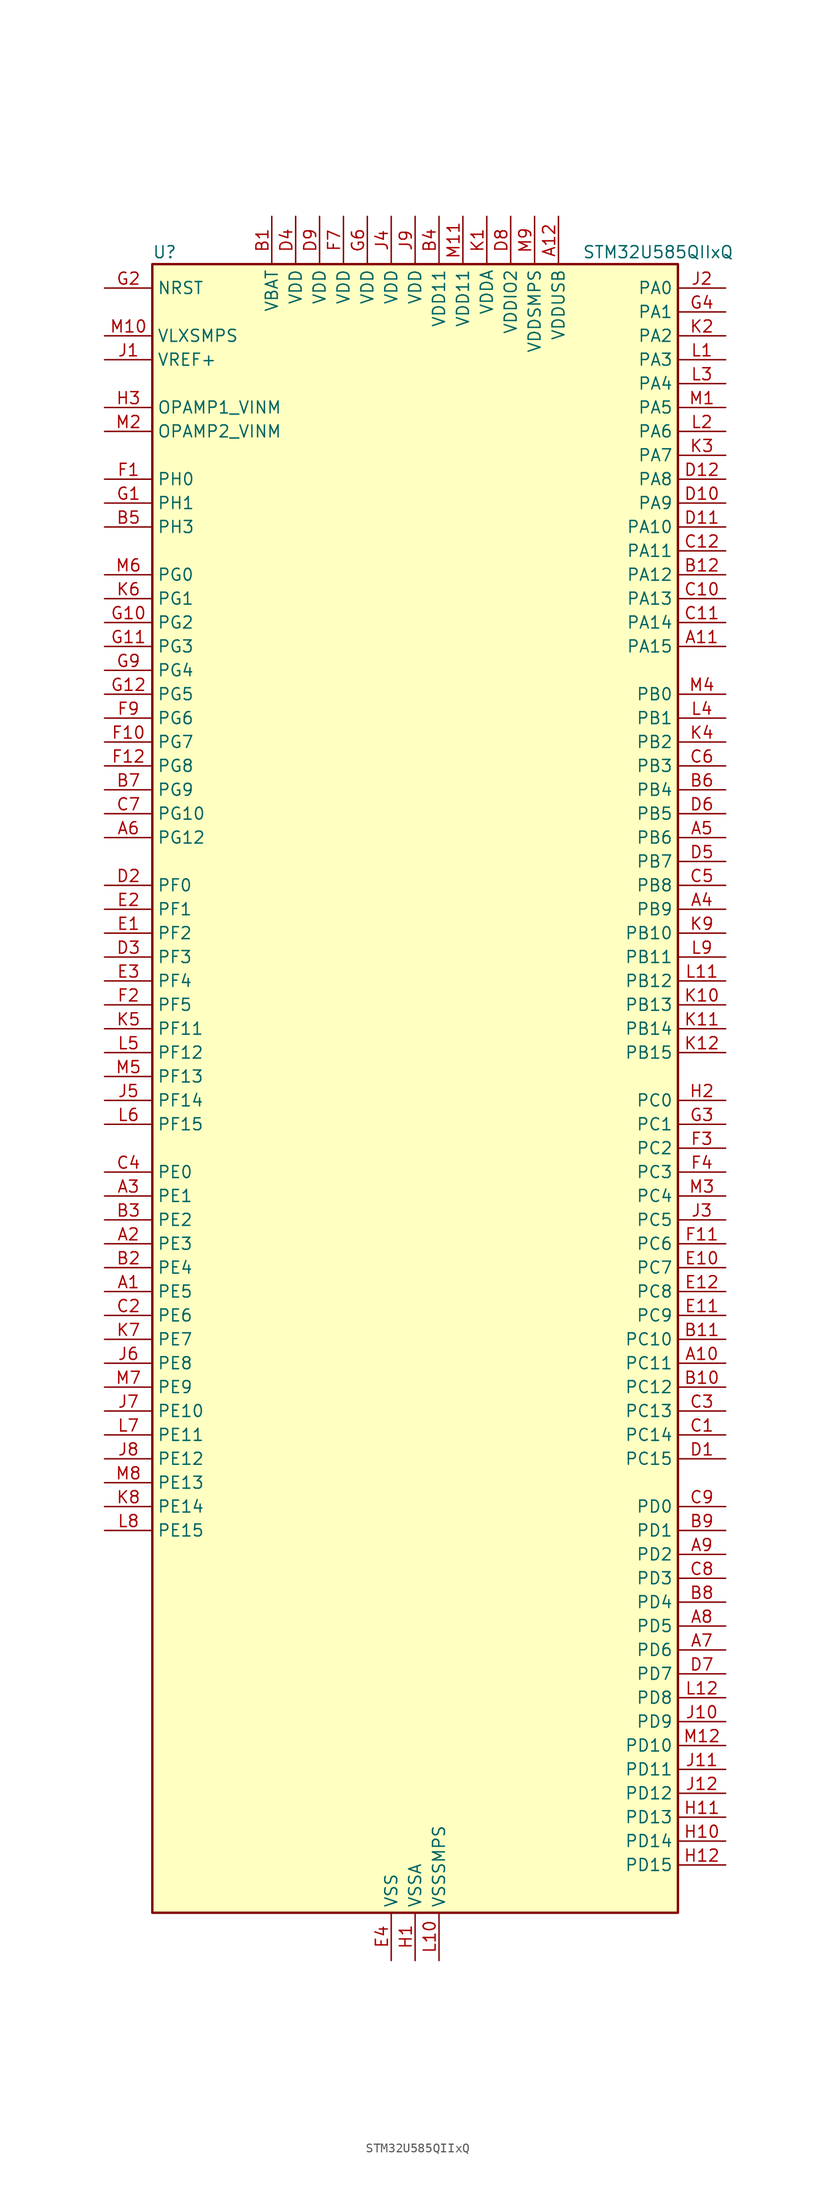
<source format=kicad_sym>
(kicad_symbol_lib
  (version 20220914)
  (generator kicad_symbol_editor)
  (symbol "STM32U585QIIxQ"
    (property "Reference" "U"
      (at -27.94 90.17 0)
      (effects (font (size 1.27 1.27)) (justify left)))
    (property "Value" "STM32U585QIIxQ"
      (at 17.78 90.17 0)
      (effects (font (size 1.27 1.27)) (justify left)))
    (property "ki_locked" ""
      (at 0 0 0)
      (effects (font (size 1.27 1.27))))
    (symbol "STM32U585QIIxQ_0_1"
      (rectangle (start -27.94 -86.36) (end 27.94 88.9) (stroke (width 0.254) (type default)) (fill (type background))))
    (symbol "STM32U585QIIxQ_1_1"
      (pin bidirectional line (at -33.02 -20.32 0) (length 5.08) (name "PE5" (effects (font (size 1.27 1.27)))) (number "A1" (effects (font (size 1.27 1.27)))) (alternate "DCMI_D6" bidirectional line) (alternate "DEBUG_TRACED2" bidirectional line) (alternate "FMC_A21" bidirectional line) (alternate "MDF1_CKI3" bidirectional line) (alternate "PSSI_D6" bidirectional line) (alternate "PWR_WKUP2" bidirectional line) (alternate "SAI1_CK2" bidirectional line) (alternate "SAI1_SCK_A" bidirectional line) (alternate "TAMP_IN8" bidirectional line) (alternate "TAMP_OUT7" bidirectional line) (alternate "TIM3_CH3" bidirectional line) (alternate "TSC_G7_IO4" bidirectional line))
      (pin bidirectional line (at 33.02 -27.94 180) (length 5.08) (name "PC11" (effects (font (size 1.27 1.27)))) (number "A10" (effects (font (size 1.27 1.27)))) (alternate "ADC1_EXTI11" bidirectional line) (alternate "ADF1_SDI0" bidirectional line) (alternate "DCMI_D2" bidirectional line) (alternate "DCMI_D4" bidirectional line) (alternate "LPTIM3_IN1" bidirectional line) (alternate "OCTOSPIM_P1_NCS" bidirectional line) (alternate "PSSI_D2" bidirectional line) (alternate "PSSI_D4" bidirectional line) (alternate "SAI2_MCLK_B" bidirectional line) (alternate "SDMMC1_D3" bidirectional line) (alternate "SPI3_MISO" bidirectional line) (alternate "TSC_G3_IO3" bidirectional line) (alternate "UART4_RX" bidirectional line) (alternate "UCPD1_FRSTX2" bidirectional line) (alternate "USART3_RX" bidirectional line))
      (pin bidirectional line (at 33.02 48.26 180) (length 5.08) (name "PA15" (effects (font (size 1.27 1.27)))) (number "A11" (effects (font (size 1.27 1.27)))) (alternate "ADC1_EXTI15" bidirectional line) (alternate "ADC4_EXTI15" bidirectional line) (alternate "DEBUG_JTDI" bidirectional line) (alternate "SAI2_FS_B" bidirectional line) (alternate "SPI1_NSS" bidirectional line) (alternate "SPI3_NSS" bidirectional line) (alternate "TIM2_CH1" bidirectional line) (alternate "TIM2_ETR" bidirectional line) (alternate "UART4_DE" bidirectional line) (alternate "UART4_RTS" bidirectional line) (alternate "UCPD1_CC1" bidirectional line) (alternate "USART2_RX" bidirectional line) (alternate "USART3_DE" bidirectional line) (alternate "USART3_RTS" bidirectional line))
      (pin power_in line (at 15.24 93.98 270) (length 5.08) (name "VDDUSB" (effects (font (size 1.27 1.27)))) (number "A12" (effects (font (size 1.27 1.27)))))
      (pin bidirectional line (at -33.02 -15.24 0) (length 5.08) (name "PE3" (effects (font (size 1.27 1.27)))) (number "A2" (effects (font (size 1.27 1.27)))) (alternate "DEBUG_TRACED0" bidirectional line) (alternate "FMC_A19" bidirectional line) (alternate "OCTOSPIM_P1_DQS" bidirectional line) (alternate "SAI1_SD_B" bidirectional line) (alternate "TAMP_IN6" bidirectional line) (alternate "TAMP_OUT3" bidirectional line) (alternate "TIM3_CH1" bidirectional line) (alternate "TSC_G7_IO2" bidirectional line))
      (pin bidirectional line (at -33.02 -10.16 0) (length 5.08) (name "PE1" (effects (font (size 1.27 1.27)))) (number "A3" (effects (font (size 1.27 1.27)))) (alternate "DCMI_D3" bidirectional line) (alternate "FMC_NBL1" bidirectional line) (alternate "PSSI_D3" bidirectional line) (alternate "TIM17_CH1" bidirectional line))
      (pin bidirectional line (at 33.02 20.32 180) (length 5.08) (name "PB9" (effects (font (size 1.27 1.27)))) (number "A4" (effects (font (size 1.27 1.27)))) (alternate "DAC1_EXTI9" bidirectional line) (alternate "DCMI_D7" bidirectional line) (alternate "FDCAN1_TX" bidirectional line) (alternate "I2C1_SDA" bidirectional line) (alternate "IR_OUT" bidirectional line) (alternate "PSSI_D7" bidirectional line) (alternate "SAI1_D2" bidirectional line) (alternate "SAI1_FS_A" bidirectional line) (alternate "SDMMC1_CDIR" bidirectional line) (alternate "SDMMC1_D5" bidirectional line) (alternate "SDMMC2_D5" bidirectional line) (alternate "SPI2_NSS" bidirectional line) (alternate "TIM17_CH1" bidirectional line) (alternate "TIM4_CH4" bidirectional line))
      (pin bidirectional line (at 33.02 27.94 180) (length 5.08) (name "PB6" (effects (font (size 1.27 1.27)))) (number "A5" (effects (font (size 1.27 1.27)))) (alternate "COMP2_INP" bidirectional line) (alternate "DCMI_D5" bidirectional line) (alternate "I2C1_SCL" bidirectional line) (alternate "I2C4_SCL" bidirectional line) (alternate "LPTIM1_ETR" bidirectional line) (alternate "MDF1_SDI5" bidirectional line) (alternate "PSSI_D5" bidirectional line) (alternate "PWR_WKUP3" bidirectional line) (alternate "SAI1_FS_B" bidirectional line) (alternate "TIM16_CH1N" bidirectional line) (alternate "TIM4_CH1" bidirectional line) (alternate "TIM8_BKIN2" bidirectional line) (alternate "TSC_G2_IO3" bidirectional line) (alternate "USART1_TX" bidirectional line))
      (pin bidirectional line (at -33.02 27.94 0) (length 5.08) (name "PG12" (effects (font (size 1.27 1.27)))) (number "A6" (effects (font (size 1.27 1.27)))) (alternate "FMC_NE4" bidirectional line) (alternate "LPTIM1_ETR" bidirectional line) (alternate "OCTOSPIM_P2_NCS" bidirectional line) (alternate "SAI2_SD_A" bidirectional line) (alternate "SPI3_NSS" bidirectional line) (alternate "USART1_DE" bidirectional line) (alternate "USART1_RTS" bidirectional line))
      (pin bidirectional line (at 33.02 -58.42 180) (length 5.08) (name "PD6" (effects (font (size 1.27 1.27)))) (number "A7" (effects (font (size 1.27 1.27)))) (alternate "DCMI_D10" bidirectional line) (alternate "FMC_NWAIT" bidirectional line) (alternate "MDF1_SDI1" bidirectional line) (alternate "OCTOSPIM_P1_IO6" bidirectional line) (alternate "PSSI_D10" bidirectional line) (alternate "SAI1_D1" bidirectional line) (alternate "SAI1_SD_A" bidirectional line) (alternate "SDMMC2_CK" bidirectional line) (alternate "SPI3_MOSI" bidirectional line) (alternate "USART2_RX" bidirectional line))
      (pin bidirectional line (at 33.02 -55.88 180) (length 5.08) (name "PD5" (effects (font (size 1.27 1.27)))) (number "A8" (effects (font (size 1.27 1.27)))) (alternate "FMC_NWE" bidirectional line) (alternate "OCTOSPIM_P1_IO5" bidirectional line) (alternate "SPI2_RDY" bidirectional line) (alternate "USART2_TX" bidirectional line))
      (pin bidirectional line (at 33.02 -48.26 180) (length 5.08) (name "PD2" (effects (font (size 1.27 1.27)))) (number "A9" (effects (font (size 1.27 1.27)))) (alternate "DCMI_D11" bidirectional line) (alternate "DEBUG_TRACED2" bidirectional line) (alternate "LPTIM4_ETR" bidirectional line) (alternate "PSSI_D11" bidirectional line) (alternate "SDMMC1_CMD" bidirectional line) (alternate "TIM3_ETR" bidirectional line) (alternate "TSC_SYNC" bidirectional line) (alternate "UART5_RX" bidirectional line) (alternate "USART3_DE" bidirectional line) (alternate "USART3_RTS" bidirectional line))
      (pin power_in line (at -15.24 93.98 270) (length 5.08) (name "VBAT" (effects (font (size 1.27 1.27)))) (number "B1" (effects (font (size 1.27 1.27)))))
      (pin bidirectional line (at 33.02 -30.48 180) (length 5.08) (name "PC12" (effects (font (size 1.27 1.27)))) (number "B10" (effects (font (size 1.27 1.27)))) (alternate "DCMI_D9" bidirectional line) (alternate "DEBUG_TRACED3" bidirectional line) (alternate "PSSI_D9" bidirectional line) (alternate "SAI2_SD_B" bidirectional line) (alternate "SDMMC1_CK" bidirectional line) (alternate "SPI3_MOSI" bidirectional line) (alternate "TSC_G3_IO4" bidirectional line) (alternate "UART5_TX" bidirectional line) (alternate "USART3_CK" bidirectional line))
      (pin bidirectional line (at 33.02 -25.4 180) (length 5.08) (name "PC10" (effects (font (size 1.27 1.27)))) (number "B11" (effects (font (size 1.27 1.27)))) (alternate "ADF1_CCK1" bidirectional line) (alternate "DCMI_D8" bidirectional line) (alternate "DEBUG_TRACED1" bidirectional line) (alternate "LPTIM3_ETR" bidirectional line) (alternate "PSSI_D8" bidirectional line) (alternate "SAI2_SCK_B" bidirectional line) (alternate "SDMMC1_D2" bidirectional line) (alternate "SPI3_SCK" bidirectional line) (alternate "TSC_G3_IO2" bidirectional line) (alternate "UART4_TX" bidirectional line) (alternate "USART3_TX" bidirectional line))
      (pin bidirectional line (at 33.02 55.88 180) (length 5.08) (name "PA12" (effects (font (size 1.27 1.27)))) (number "B12" (effects (font (size 1.27 1.27)))) (alternate "FDCAN1_TX" bidirectional line) (alternate "OCTOSPIM_P2_NCS" bidirectional line) (alternate "SPI1_MOSI" bidirectional line) (alternate "TIM1_ETR" bidirectional line) (alternate "USART1_DE" bidirectional line) (alternate "USART1_RTS" bidirectional line) (alternate "USB_OTG_FS_DP" bidirectional line))
      (pin bidirectional line (at -33.02 -17.78 0) (length 5.08) (name "PE4" (effects (font (size 1.27 1.27)))) (number "B2" (effects (font (size 1.27 1.27)))) (alternate "DCMI_D4" bidirectional line) (alternate "DEBUG_TRACED1" bidirectional line) (alternate "FMC_A20" bidirectional line) (alternate "MDF1_SDI3" bidirectional line) (alternate "PSSI_D4" bidirectional line) (alternate "PWR_WKUP1" bidirectional line) (alternate "SAI1_D2" bidirectional line) (alternate "SAI1_FS_A" bidirectional line) (alternate "TAMP_IN7" bidirectional line) (alternate "TAMP_OUT8" bidirectional line) (alternate "TIM3_CH2" bidirectional line) (alternate "TSC_G7_IO3" bidirectional line))
      (pin bidirectional line (at -33.02 -12.7 0) (length 5.08) (name "PE2" (effects (font (size 1.27 1.27)))) (number "B3" (effects (font (size 1.27 1.27)))) (alternate "DEBUG_TRACECLK" bidirectional line) (alternate "FMC_A23" bidirectional line) (alternate "SAI1_CK1" bidirectional line) (alternate "SAI1_MCLK_A" bidirectional line) (alternate "TIM3_ETR" bidirectional line) (alternate "TSC_G7_IO1" bidirectional line))
      (pin power_in line (at 2.54 93.98 270) (length 5.08) (name "VDD11" (effects (font (size 1.27 1.27)))) (number "B4" (effects (font (size 1.27 1.27)))))
      (pin bidirectional line (at -33.02 60.96 0) (length 5.08) (name "PH3" (effects (font (size 1.27 1.27)))) (number "B5" (effects (font (size 1.27 1.27)))))
      (pin bidirectional line (at 33.02 33.02 180) (length 5.08) (name "PB4" (effects (font (size 1.27 1.27)))) (number "B6" (effects (font (size 1.27 1.27)))) (alternate "ADF1_SDI0" bidirectional line) (alternate "COMP2_INP" bidirectional line) (alternate "DCMI_D12" bidirectional line) (alternate "DEBUG_JTRST" bidirectional line) (alternate "I2C3_SDA" bidirectional line) (alternate "LPTIM1_CH2" bidirectional line) (alternate "PSSI_D12" bidirectional line) (alternate "SAI1_MCLK_B" bidirectional line) (alternate "SDMMC2_D3" bidirectional line) (alternate "SPI1_MISO" bidirectional line) (alternate "SPI3_MISO" bidirectional line) (alternate "TIM17_BKIN" bidirectional line) (alternate "TIM3_CH1" bidirectional line) (alternate "TSC_G2_IO1" bidirectional line) (alternate "UART5_DE" bidirectional line) (alternate "UART5_RTS" bidirectional line) (alternate "USART1_CTS" bidirectional line))
      (pin bidirectional line (at -33.02 33.02 0) (length 5.08) (name "PG9" (effects (font (size 1.27 1.27)))) (number "B7" (effects (font (size 1.27 1.27)))) (alternate "DAC1_EXTI9" bidirectional line) (alternate "FMC_NCE" bidirectional line) (alternate "FMC_NE2" bidirectional line) (alternate "OCTOSPIM_P2_IO6" bidirectional line) (alternate "SAI2_SCK_A" bidirectional line) (alternate "SPI3_SCK" bidirectional line) (alternate "TIM15_CH1N" bidirectional line) (alternate "USART1_TX" bidirectional line))
      (pin bidirectional line (at 33.02 -53.34 180) (length 5.08) (name "PD4" (effects (font (size 1.27 1.27)))) (number "B8" (effects (font (size 1.27 1.27)))) (alternate "FMC_NOE" bidirectional line) (alternate "MDF1_CKI0" bidirectional line) (alternate "OCTOSPIM_P1_IO4" bidirectional line) (alternate "SPI2_MOSI" bidirectional line) (alternate "USART2_DE" bidirectional line) (alternate "USART2_RTS" bidirectional line))
      (pin bidirectional line (at 33.02 -45.72 180) (length 5.08) (name "PD1" (effects (font (size 1.27 1.27)))) (number "B9" (effects (font (size 1.27 1.27)))) (alternate "FDCAN1_TX" bidirectional line) (alternate "FMC_D3" bidirectional line) (alternate "FMC_DA3" bidirectional line) (alternate "SPI2_SCK" bidirectional line))
      (pin bidirectional line (at 33.02 -35.56 180) (length 5.08) (name "PC14" (effects (font (size 1.27 1.27)))) (number "C1" (effects (font (size 1.27 1.27)))) (alternate "RCC_OSC32_IN" bidirectional line))
      (pin bidirectional line (at 33.02 53.34 180) (length 5.08) (name "PA13" (effects (font (size 1.27 1.27)))) (number "C10" (effects (font (size 1.27 1.27)))) (alternate "DEBUG_JTMS-SWDIO" bidirectional line) (alternate "IR_OUT" bidirectional line) (alternate "SAI1_SD_B" bidirectional line) (alternate "USB_OTG_FS_NOE" bidirectional line))
      (pin bidirectional line (at 33.02 50.8 180) (length 5.08) (name "PA14" (effects (font (size 1.27 1.27)))) (number "C11" (effects (font (size 1.27 1.27)))) (alternate "DEBUG_JTCK-SWCLK" bidirectional line) (alternate "I2C1_SMBA" bidirectional line) (alternate "I2C4_SMBA" bidirectional line) (alternate "LPTIM1_CH1" bidirectional line) (alternate "SAI1_FS_B" bidirectional line) (alternate "USB_OTG_FS_SOF" bidirectional line))
      (pin bidirectional line (at 33.02 58.42 180) (length 5.08) (name "PA11" (effects (font (size 1.27 1.27)))) (number "C12" (effects (font (size 1.27 1.27)))) (alternate "ADC1_EXTI11" bidirectional line) (alternate "FDCAN1_RX" bidirectional line) (alternate "SPI1_MISO" bidirectional line) (alternate "TIM1_BKIN2" bidirectional line) (alternate "TIM1_CH4" bidirectional line) (alternate "USART1_CTS" bidirectional line) (alternate "USB_OTG_FS_DM" bidirectional line))
      (pin bidirectional line (at -33.02 -22.86 0) (length 5.08) (name "PE6" (effects (font (size 1.27 1.27)))) (number "C2" (effects (font (size 1.27 1.27)))) (alternate "DCMI_D7" bidirectional line) (alternate "DEBUG_TRACED3" bidirectional line) (alternate "FMC_A22" bidirectional line) (alternate "PSSI_D7" bidirectional line) (alternate "PWR_WKUP3" bidirectional line) (alternate "SAI1_D1" bidirectional line) (alternate "SAI1_SD_A" bidirectional line) (alternate "TAMP_IN3" bidirectional line) (alternate "TAMP_OUT6" bidirectional line) (alternate "TIM3_CH4" bidirectional line))
      (pin bidirectional line (at 33.02 -33.02 180) (length 5.08) (name "PC13" (effects (font (size 1.27 1.27)))) (number "C3" (effects (font (size 1.27 1.27)))) (alternate "PWR_WKUP2" bidirectional line) (alternate "RTC_OUT1" bidirectional line) (alternate "RTC_TS" bidirectional line) (alternate "TAMP_IN1" bidirectional line) (alternate "TAMP_OUT2" bidirectional line))
      (pin bidirectional line (at -33.02 -7.62 0) (length 5.08) (name "PE0" (effects (font (size 1.27 1.27)))) (number "C4" (effects (font (size 1.27 1.27)))) (alternate "DCMI_D2" bidirectional line) (alternate "FMC_NBL0" bidirectional line) (alternate "PSSI_D2" bidirectional line) (alternate "TIM16_CH1" bidirectional line) (alternate "TIM4_ETR" bidirectional line))
      (pin bidirectional line (at 33.02 22.86 180) (length 5.08) (name "PB8" (effects (font (size 1.27 1.27)))) (number "C5" (effects (font (size 1.27 1.27)))) (alternate "DCMI_D6" bidirectional line) (alternate "FDCAN1_RX" bidirectional line) (alternate "I2C1_SCL" bidirectional line) (alternate "MDF1_CCK0" bidirectional line) (alternate "PSSI_D6" bidirectional line) (alternate "PWR_WKUP5" bidirectional line) (alternate "SAI1_CK1" bidirectional line) (alternate "SAI1_MCLK_A" bidirectional line) (alternate "SDMMC1_CKIN" bidirectional line) (alternate "SDMMC1_D4" bidirectional line) (alternate "SDMMC2_D4" bidirectional line) (alternate "SPI3_RDY" bidirectional line) (alternate "TIM16_CH1" bidirectional line) (alternate "TIM4_CH3" bidirectional line))
      (pin bidirectional line (at 33.02 35.56 180) (length 5.08) (name "PB3" (effects (font (size 1.27 1.27)))) (number "C6" (effects (font (size 1.27 1.27)))) (alternate "ADF1_CCK0" bidirectional line) (alternate "COMP2_INM" bidirectional line) (alternate "CRS_SYNC" bidirectional line) (alternate "DEBUG_JTDO-SWO" bidirectional line) (alternate "I2C1_SDA" bidirectional line) (alternate "LPTIM1_CH1" bidirectional line) (alternate "SAI1_SCK_B" bidirectional line) (alternate "SDMMC2_D2" bidirectional line) (alternate "SPI1_SCK" bidirectional line) (alternate "SPI3_SCK" bidirectional line) (alternate "TIM2_CH2" bidirectional line) (alternate "USART1_DE" bidirectional line) (alternate "USART1_RTS" bidirectional line))
      (pin bidirectional line (at -33.02 30.48 0) (length 5.08) (name "PG10" (effects (font (size 1.27 1.27)))) (number "C7" (effects (font (size 1.27 1.27)))) (alternate "FMC_NE3" bidirectional line) (alternate "LPTIM1_IN1" bidirectional line) (alternate "OCTOSPIM_P2_IO7" bidirectional line) (alternate "SAI2_FS_A" bidirectional line) (alternate "SPI3_MISO" bidirectional line) (alternate "TIM15_CH1" bidirectional line) (alternate "USART1_RX" bidirectional line))
      (pin bidirectional line (at 33.02 -50.8 180) (length 5.08) (name "PD3" (effects (font (size 1.27 1.27)))) (number "C8" (effects (font (size 1.27 1.27)))) (alternate "DCMI_D5" bidirectional line) (alternate "FMC_CLK" bidirectional line) (alternate "MDF1_SDI0" bidirectional line) (alternate "OCTOSPIM_P2_NCS" bidirectional line) (alternate "PSSI_D5" bidirectional line) (alternate "SPI2_MISO" bidirectional line) (alternate "SPI2_SCK" bidirectional line) (alternate "USART2_CTS" bidirectional line))
      (pin bidirectional line (at 33.02 -43.18 180) (length 5.08) (name "PD0" (effects (font (size 1.27 1.27)))) (number "C9" (effects (font (size 1.27 1.27)))) (alternate "FDCAN1_RX" bidirectional line) (alternate "FMC_D2" bidirectional line) (alternate "FMC_DA2" bidirectional line) (alternate "SPI2_NSS" bidirectional line) (alternate "TIM8_CH4N" bidirectional line))
      (pin bidirectional line (at 33.02 -38.1 180) (length 5.08) (name "PC15" (effects (font (size 1.27 1.27)))) (number "D1" (effects (font (size 1.27 1.27)))) (alternate "ADC1_EXTI15" bidirectional line) (alternate "ADC4_EXTI15" bidirectional line) (alternate "RCC_OSC32_OUT" bidirectional line))
      (pin bidirectional line (at 33.02 63.5 180) (length 5.08) (name "PA9" (effects (font (size 1.27 1.27)))) (number "D10" (effects (font (size 1.27 1.27)))) (alternate "DAC1_EXTI9" bidirectional line) (alternate "DCMI_D0" bidirectional line) (alternate "PSSI_D0" bidirectional line) (alternate "SAI1_FS_A" bidirectional line) (alternate "SPI2_SCK" bidirectional line) (alternate "TIM15_BKIN" bidirectional line) (alternate "TIM1_CH2" bidirectional line) (alternate "USART1_TX" bidirectional line) (alternate "USB_OTG_FS_VBUS" bidirectional line))
      (pin bidirectional line (at 33.02 60.96 180) (length 5.08) (name "PA10" (effects (font (size 1.27 1.27)))) (number "D11" (effects (font (size 1.27 1.27)))) (alternate "CRS_SYNC" bidirectional line) (alternate "DCMI_D1" bidirectional line) (alternate "LPTIM2_IN2" bidirectional line) (alternate "PSSI_D1" bidirectional line) (alternate "SAI1_D1" bidirectional line) (alternate "SAI1_SD_A" bidirectional line) (alternate "TIM17_BKIN" bidirectional line) (alternate "TIM1_CH3" bidirectional line) (alternate "USART1_RX" bidirectional line) (alternate "USB_OTG_FS_ID" bidirectional line))
      (pin bidirectional line (at 33.02 66.04 180) (length 5.08) (name "PA8" (effects (font (size 1.27 1.27)))) (number "D12" (effects (font (size 1.27 1.27)))) (alternate "DEBUG_TRACECLK" bidirectional line) (alternate "LPTIM2_CH1" bidirectional line) (alternate "RCC_MCO" bidirectional line) (alternate "SAI1_CK2" bidirectional line) (alternate "SAI1_SCK_A" bidirectional line) (alternate "SPI1_RDY" bidirectional line) (alternate "TIM1_CH1" bidirectional line) (alternate "USART1_CK" bidirectional line) (alternate "USB_OTG_FS_SOF" bidirectional line))
      (pin bidirectional line (at -33.02 22.86 0) (length 5.08) (name "PF0" (effects (font (size 1.27 1.27)))) (number "D2" (effects (font (size 1.27 1.27)))) (alternate "FMC_A0" bidirectional line) (alternate "I2C2_SDA" bidirectional line) (alternate "OCTOSPIM_P2_IO0" bidirectional line))
      (pin bidirectional line (at -33.02 15.24 0) (length 5.08) (name "PF3" (effects (font (size 1.27 1.27)))) (number "D3" (effects (font (size 1.27 1.27)))) (alternate "FMC_A3" bidirectional line) (alternate "LPTIM3_IN1" bidirectional line) (alternate "OCTOSPIM_P2_IO3" bidirectional line))
      (pin power_in line (at -12.7 93.98 270) (length 5.08) (name "VDD" (effects (font (size 1.27 1.27)))) (number "D4" (effects (font (size 1.27 1.27)))))
      (pin bidirectional line (at 33.02 25.4 180) (length 5.08) (name "PB7" (effects (font (size 1.27 1.27)))) (number "D5" (effects (font (size 1.27 1.27)))) (alternate "COMP2_INM" bidirectional line) (alternate "DCMI_VSYNC" bidirectional line) (alternate "FMC_NL" bidirectional line) (alternate "I2C1_SDA" bidirectional line) (alternate "I2C4_SDA" bidirectional line) (alternate "LPTIM1_IN2" bidirectional line) (alternate "MDF1_CKI5" bidirectional line) (alternate "PSSI_RDY" bidirectional line) (alternate "PWR_PVD_IN" bidirectional line) (alternate "PWR_WKUP4" bidirectional line) (alternate "TIM17_CH1N" bidirectional line) (alternate "TIM4_CH2" bidirectional line) (alternate "TIM8_BKIN" bidirectional line) (alternate "TSC_G2_IO4" bidirectional line) (alternate "UART4_CTS" bidirectional line) (alternate "USART1_RX" bidirectional line))
      (pin bidirectional line (at 33.02 30.48 180) (length 5.08) (name "PB5" (effects (font (size 1.27 1.27)))) (number "D6" (effects (font (size 1.27 1.27)))) (alternate "COMP2_OUT" bidirectional line) (alternate "DCMI_D10" bidirectional line) (alternate "I2C1_SMBA" bidirectional line) (alternate "LPTIM1_IN1" bidirectional line) (alternate "OCTOSPIM_P1_NCLK" bidirectional line) (alternate "PSSI_D10" bidirectional line) (alternate "PWR_WKUP6" bidirectional line) (alternate "SAI1_SD_B" bidirectional line) (alternate "SPI1_MOSI" bidirectional line) (alternate "SPI3_MOSI" bidirectional line) (alternate "TIM16_BKIN" bidirectional line) (alternate "TIM3_CH2" bidirectional line) (alternate "TSC_G2_IO2" bidirectional line) (alternate "UART5_CTS" bidirectional line) (alternate "UCPD1_DBCC1" bidirectional line) (alternate "USART1_CK" bidirectional line))
      (pin bidirectional line (at 33.02 -60.96 180) (length 5.08) (name "PD7" (effects (font (size 1.27 1.27)))) (number "D7" (effects (font (size 1.27 1.27)))) (alternate "FMC_NCE" bidirectional line) (alternate "FMC_NE1" bidirectional line) (alternate "LPTIM4_OUT" bidirectional line) (alternate "MDF1_CKI1" bidirectional line) (alternate "OCTOSPIM_P1_IO7" bidirectional line) (alternate "SDMMC2_CMD" bidirectional line) (alternate "USART2_CK" bidirectional line))
      (pin power_in line (at 10.16 93.98 270) (length 5.08) (name "VDDIO2" (effects (font (size 1.27 1.27)))) (number "D8" (effects (font (size 1.27 1.27)))))
      (pin power_in line (at -10.16 93.98 270) (length 5.08) (name "VDD" (effects (font (size 1.27 1.27)))) (number "D9" (effects (font (size 1.27 1.27)))))
      (pin bidirectional line (at -33.02 17.78 0) (length 5.08) (name "PF2" (effects (font (size 1.27 1.27)))) (number "E1" (effects (font (size 1.27 1.27)))) (alternate "FMC_A2" bidirectional line) (alternate "I2C2_SMBA" bidirectional line) (alternate "LPTIM3_CH2" bidirectional line) (alternate "OCTOSPIM_P2_IO2" bidirectional line) (alternate "PWR_WKUP8" bidirectional line))
      (pin bidirectional line (at 33.02 -17.78 180) (length 5.08) (name "PC7" (effects (font (size 1.27 1.27)))) (number "E10" (effects (font (size 1.27 1.27)))) (alternate "DCMI_D1" bidirectional line) (alternate "LPTIM2_CH2" bidirectional line) (alternate "MDF1_SDI3" bidirectional line) (alternate "PSSI_D1" bidirectional line) (alternate "PWR_CDSTOP" bidirectional line) (alternate "SAI2_MCLK_B" bidirectional line) (alternate "SDMMC1_D123DIR" bidirectional line) (alternate "SDMMC1_D7" bidirectional line) (alternate "SDMMC2_D7" bidirectional line) (alternate "TIM3_CH2" bidirectional line) (alternate "TIM8_CH2" bidirectional line) (alternate "TSC_G4_IO2" bidirectional line))
      (pin bidirectional line (at 33.02 -22.86 180) (length 5.08) (name "PC9" (effects (font (size 1.27 1.27)))) (number "E11" (effects (font (size 1.27 1.27)))) (alternate "DAC1_EXTI9" bidirectional line) (alternate "DCMI_D3" bidirectional line) (alternate "DEBUG_TRACED0" bidirectional line) (alternate "LPTIM3_CH2" bidirectional line) (alternate "PSSI_D3" bidirectional line) (alternate "SDMMC1_D1" bidirectional line) (alternate "TIM3_CH4" bidirectional line) (alternate "TIM8_BKIN2" bidirectional line) (alternate "TIM8_CH4" bidirectional line) (alternate "TSC_G4_IO4" bidirectional line) (alternate "USB_OTG_FS_NOE" bidirectional line))
      (pin bidirectional line (at 33.02 -20.32 180) (length 5.08) (name "PC8" (effects (font (size 1.27 1.27)))) (number "E12" (effects (font (size 1.27 1.27)))) (alternate "DCMI_D2" bidirectional line) (alternate "LPTIM3_CH1" bidirectional line) (alternate "PSSI_D2" bidirectional line) (alternate "PWR_SRDSTOP" bidirectional line) (alternate "SDMMC1_D0" bidirectional line) (alternate "TIM3_CH3" bidirectional line) (alternate "TIM8_CH3" bidirectional line) (alternate "TSC_G4_IO3" bidirectional line))
      (pin bidirectional line (at -33.02 20.32 0) (length 5.08) (name "PF1" (effects (font (size 1.27 1.27)))) (number "E2" (effects (font (size 1.27 1.27)))) (alternate "FMC_A1" bidirectional line) (alternate "I2C2_SCL" bidirectional line) (alternate "OCTOSPIM_P2_IO1" bidirectional line))
      (pin bidirectional line (at -33.02 12.7 0) (length 5.08) (name "PF4" (effects (font (size 1.27 1.27)))) (number "E3" (effects (font (size 1.27 1.27)))) (alternate "FMC_A4" bidirectional line) (alternate "LPTIM3_ETR" bidirectional line) (alternate "OCTOSPIM_P2_CLK" bidirectional line))
      (pin power_in line (at -2.54 -91.44 90) (length 5.08) (name "VSS" (effects (font (size 1.27 1.27)))) (number "E4" (effects (font (size 1.27 1.27)))))
      (pin passive line (at -2.54 -91.44 90) (length 5.08) hide (name "VSS" (effects (font (size 1.27 1.27)))) (number "E9" (effects (font (size 1.27 1.27)))))
      (pin bidirectional line (at -33.02 66.04 0) (length 5.08) (name "PH0" (effects (font (size 1.27 1.27)))) (number "F1" (effects (font (size 1.27 1.27)))) (alternate "RCC_OSC_IN" bidirectional line))
      (pin bidirectional line (at -33.02 38.1 0) (length 5.08) (name "PG7" (effects (font (size 1.27 1.27)))) (number "F10" (effects (font (size 1.27 1.27)))) (alternate "FMC_INT" bidirectional line) (alternate "I2C3_SCL" bidirectional line) (alternate "LPUART1_TX" bidirectional line) (alternate "MDF1_CCK0" bidirectional line) (alternate "OCTOSPIM_P2_DQS" bidirectional line) (alternate "SAI1_CK1" bidirectional line) (alternate "SAI1_MCLK_A" bidirectional line) (alternate "UCPD1_FRSTX2" bidirectional line))
      (pin bidirectional line (at 33.02 -15.24 180) (length 5.08) (name "PC6" (effects (font (size 1.27 1.27)))) (number "F11" (effects (font (size 1.27 1.27)))) (alternate "DCMI_D0" bidirectional line) (alternate "MDF1_CKI3" bidirectional line) (alternate "PSSI_D0" bidirectional line) (alternate "PWR_CSLEEP" bidirectional line) (alternate "SAI2_MCLK_A" bidirectional line) (alternate "SDMMC1_D0DIR" bidirectional line) (alternate "SDMMC1_D6" bidirectional line) (alternate "SDMMC2_D6" bidirectional line) (alternate "TIM3_CH1" bidirectional line) (alternate "TIM8_CH1" bidirectional line) (alternate "TSC_G4_IO1" bidirectional line))
      (pin bidirectional line (at -33.02 35.56 0) (length 5.08) (name "PG8" (effects (font (size 1.27 1.27)))) (number "F12" (effects (font (size 1.27 1.27)))) (alternate "I2C3_SDA" bidirectional line) (alternate "LPUART1_RX" bidirectional line))
      (pin bidirectional line (at -33.02 10.16 0) (length 5.08) (name "PF5" (effects (font (size 1.27 1.27)))) (number "F2" (effects (font (size 1.27 1.27)))) (alternate "FMC_A5" bidirectional line) (alternate "LPTIM3_CH1" bidirectional line) (alternate "OCTOSPIM_P2_NCLK" bidirectional line))
      (pin bidirectional line (at 33.02 -5.08 180) (length 5.08) (name "PC2" (effects (font (size 1.27 1.27)))) (number "F3" (effects (font (size 1.27 1.27)))) (alternate "ADC1_IN3" bidirectional line) (alternate "ADC4_IN3" bidirectional line) (alternate "LPTIM1_IN2" bidirectional line) (alternate "MDF1_CCK1" bidirectional line) (alternate "OCTOSPIM_P1_IO5" bidirectional line) (alternate "SPI2_MISO" bidirectional line))
      (pin bidirectional line (at 33.02 -7.62 180) (length 5.08) (name "PC3" (effects (font (size 1.27 1.27)))) (number "F4" (effects (font (size 1.27 1.27)))) (alternate "ADC1_IN4" bidirectional line) (alternate "ADC4_IN4" bidirectional line) (alternate "LPTIM1_ETR" bidirectional line) (alternate "LPTIM2_ETR" bidirectional line) (alternate "LPTIM3_CH1" bidirectional line) (alternate "OCTOSPIM_P1_IO6" bidirectional line) (alternate "SAI1_D1" bidirectional line) (alternate "SAI1_SD_A" bidirectional line) (alternate "SPI2_MOSI" bidirectional line))
      (pin passive line (at -2.54 -91.44 90) (length 5.08) hide (name "VSS" (effects (font (size 1.27 1.27)))) (number "F6" (effects (font (size 1.27 1.27)))))
      (pin power_in line (at -7.62 93.98 270) (length 5.08) (name "VDD" (effects (font (size 1.27 1.27)))) (number "F7" (effects (font (size 1.27 1.27)))))
      (pin bidirectional line (at -33.02 40.64 0) (length 5.08) (name "PG6" (effects (font (size 1.27 1.27)))) (number "F9" (effects (font (size 1.27 1.27)))) (alternate "I2C3_SMBA" bidirectional line) (alternate "LPUART1_DE" bidirectional line) (alternate "LPUART1_RTS" bidirectional line) (alternate "OCTOSPIM_P1_DQS" bidirectional line) (alternate "SPI1_RDY" bidirectional line) (alternate "UCPD1_FRSTX1" bidirectional line))
      (pin bidirectional line (at -33.02 63.5 0) (length 5.08) (name "PH1" (effects (font (size 1.27 1.27)))) (number "G1" (effects (font (size 1.27 1.27)))) (alternate "RCC_OSC_OUT" bidirectional line))
      (pin bidirectional line (at -33.02 50.8 0) (length 5.08) (name "PG2" (effects (font (size 1.27 1.27)))) (number "G10" (effects (font (size 1.27 1.27)))) (alternate "FMC_A12" bidirectional line) (alternate "SAI2_SCK_B" bidirectional line) (alternate "SPI1_SCK" bidirectional line))
      (pin bidirectional line (at -33.02 48.26 0) (length 5.08) (name "PG3" (effects (font (size 1.27 1.27)))) (number "G11" (effects (font (size 1.27 1.27)))) (alternate "FMC_A13" bidirectional line) (alternate "SAI2_FS_B" bidirectional line) (alternate "SPI1_MISO" bidirectional line))
      (pin bidirectional line (at -33.02 43.18 0) (length 5.08) (name "PG5" (effects (font (size 1.27 1.27)))) (number "G12" (effects (font (size 1.27 1.27)))) (alternate "FMC_A15" bidirectional line) (alternate "LPUART1_CTS" bidirectional line) (alternate "SAI2_SD_B" bidirectional line) (alternate "SPI1_NSS" bidirectional line))
      (pin input line (at -33.02 86.36 0) (length 5.08) (name "NRST" (effects (font (size 1.27 1.27)))) (number "G2" (effects (font (size 1.27 1.27)))))
      (pin bidirectional line (at 33.02 -2.54 180) (length 5.08) (name "PC1" (effects (font (size 1.27 1.27)))) (number "G3" (effects (font (size 1.27 1.27)))) (alternate "ADC1_IN2" bidirectional line) (alternate "ADC4_IN2" bidirectional line) (alternate "DEBUG_TRACED0" bidirectional line) (alternate "I2C3_SDA" bidirectional line) (alternate "LPTIM1_CH1" bidirectional line) (alternate "LPUART1_TX" bidirectional line) (alternate "MDF1_CKI4" bidirectional line) (alternate "OCTOSPIM_P1_IO4" bidirectional line) (alternate "SAI1_SD_A" bidirectional line) (alternate "SDMMC2_CK" bidirectional line) (alternate "SPI2_MOSI" bidirectional line))
      (pin bidirectional line (at 33.02 83.82 180) (length 5.08) (name "PA1" (effects (font (size 1.27 1.27)))) (number "G4" (effects (font (size 1.27 1.27)))) (alternate "ADC1_IN6" bidirectional line) (alternate "I2C1_SMBA" bidirectional line) (alternate "LPTIM1_CH2" bidirectional line) (alternate "OCTOSPIM_P1_DQS" bidirectional line) (alternate "OPAMP1_VINM" bidirectional line) (alternate "PWR_WKUP3" bidirectional line) (alternate "SPI1_SCK" bidirectional line) (alternate "TAMP_IN5" bidirectional line) (alternate "TAMP_OUT4" bidirectional line) (alternate "TIM15_CH1N" bidirectional line) (alternate "TIM2_CH2" bidirectional line) (alternate "TIM5_CH2" bidirectional line) (alternate "UART4_RX" bidirectional line) (alternate "USART2_DE" bidirectional line) (alternate "USART2_RTS" bidirectional line))
      (pin power_in line (at -5.08 93.98 270) (length 5.08) (name "VDD" (effects (font (size 1.27 1.27)))) (number "G6" (effects (font (size 1.27 1.27)))))
      (pin passive line (at -2.54 -91.44 90) (length 5.08) hide (name "VSS" (effects (font (size 1.27 1.27)))) (number "G7" (effects (font (size 1.27 1.27)))))
      (pin bidirectional line (at -33.02 45.72 0) (length 5.08) (name "PG4" (effects (font (size 1.27 1.27)))) (number "G9" (effects (font (size 1.27 1.27)))) (alternate "FMC_A14" bidirectional line) (alternate "SAI2_MCLK_B" bidirectional line) (alternate "SPI1_MOSI" bidirectional line))
      (pin power_in line (at 0 -91.44 90) (length 5.08) (name "VSSA" (effects (font (size 1.27 1.27)))) (number "H1" (effects (font (size 1.27 1.27)))))
      (pin bidirectional line (at 33.02 -78.74 180) (length 5.08) (name "PD14" (effects (font (size 1.27 1.27)))) (number "H10" (effects (font (size 1.27 1.27)))) (alternate "FMC_D0" bidirectional line) (alternate "FMC_DA0" bidirectional line) (alternate "LPTIM3_CH1" bidirectional line) (alternate "TIM4_CH3" bidirectional line))
      (pin bidirectional line (at 33.02 -76.2 180) (length 5.08) (name "PD13" (effects (font (size 1.27 1.27)))) (number "H11" (effects (font (size 1.27 1.27)))) (alternate "ADC4_IN17" bidirectional line) (alternate "FMC_A18" bidirectional line) (alternate "I2C4_SDA" bidirectional line) (alternate "LPTIM2_CH1" bidirectional line) (alternate "LPTIM4_IN1" bidirectional line) (alternate "TIM4_CH2" bidirectional line) (alternate "TSC_G6_IO4" bidirectional line))
      (pin bidirectional line (at 33.02 -81.28 180) (length 5.08) (name "PD15" (effects (font (size 1.27 1.27)))) (number "H12" (effects (font (size 1.27 1.27)))) (alternate "ADC1_EXTI15" bidirectional line) (alternate "ADC4_EXTI15" bidirectional line) (alternate "FMC_D1" bidirectional line) (alternate "FMC_DA1" bidirectional line) (alternate "LPTIM3_CH2" bidirectional line) (alternate "TIM4_CH4" bidirectional line))
      (pin bidirectional line (at 33.02 0 180) (length 5.08) (name "PC0" (effects (font (size 1.27 1.27)))) (number "H2" (effects (font (size 1.27 1.27)))) (alternate "ADC1_IN1" bidirectional line) (alternate "ADC4_IN1" bidirectional line) (alternate "I2C3_SCL" bidirectional line) (alternate "LPTIM1_IN1" bidirectional line) (alternate "LPTIM2_IN1" bidirectional line) (alternate "LPUART1_RX" bidirectional line) (alternate "MDF1_SDI4" bidirectional line) (alternate "OCTOSPIM_P1_IO7" bidirectional line) (alternate "SAI2_FS_A" bidirectional line) (alternate "SDMMC1_D5" bidirectional line) (alternate "SPI2_RDY" bidirectional line))
      (pin bidirectional line (at -33.02 73.66 0) (length 5.08) (name "OPAMP1_VINM" (effects (font (size 1.27 1.27)))) (number "H3" (effects (font (size 1.27 1.27)))) (alternate "OPAMP1_VINM" bidirectional line))
      (pin passive line (at -2.54 -91.44 90) (length 5.08) hide (name "VSS" (effects (font (size 1.27 1.27)))) (number "H4" (effects (font (size 1.27 1.27)))))
      (pin passive line (at -2.54 -91.44 90) (length 5.08) hide (name "VSS" (effects (font (size 1.27 1.27)))) (number "H9" (effects (font (size 1.27 1.27)))))
      (pin input line (at -33.02 78.74 0) (length 5.08) (name "VREF+" (effects (font (size 1.27 1.27)))) (number "J1" (effects (font (size 1.27 1.27)))) (alternate "VREFBUF_OUT" bidirectional line))
      (pin bidirectional line (at 33.02 -66.04 180) (length 5.08) (name "PD9" (effects (font (size 1.27 1.27)))) (number "J10" (effects (font (size 1.27 1.27)))) (alternate "DAC1_EXTI9" bidirectional line) (alternate "DCMI_PIXCLK" bidirectional line) (alternate "FMC_D14" bidirectional line) (alternate "FMC_DA14" bidirectional line) (alternate "LPTIM2_IN2" bidirectional line) (alternate "LPTIM3_IN1" bidirectional line) (alternate "PSSI_PDCK" bidirectional line) (alternate "SAI2_MCLK_A" bidirectional line) (alternate "USART3_RX" bidirectional line))
      (pin bidirectional line (at 33.02 -71.12 180) (length 5.08) (name "PD11" (effects (font (size 1.27 1.27)))) (number "J11" (effects (font (size 1.27 1.27)))) (alternate "ADC1_EXTI11" bidirectional line) (alternate "ADC4_IN15" bidirectional line) (alternate "FMC_A16" bidirectional line) (alternate "FMC_CLE" bidirectional line) (alternate "I2C4_SMBA" bidirectional line) (alternate "LPTIM2_ETR" bidirectional line) (alternate "SAI2_SD_A" bidirectional line) (alternate "TSC_G6_IO2" bidirectional line) (alternate "USART3_CTS" bidirectional line))
      (pin bidirectional line (at 33.02 -73.66 180) (length 5.08) (name "PD12" (effects (font (size 1.27 1.27)))) (number "J12" (effects (font (size 1.27 1.27)))) (alternate "ADC4_IN16" bidirectional line) (alternate "FMC_A17" bidirectional line) (alternate "FMC_ALE" bidirectional line) (alternate "I2C4_SCL" bidirectional line) (alternate "LPTIM2_IN1" bidirectional line) (alternate "SAI2_FS_A" bidirectional line) (alternate "TIM4_CH1" bidirectional line) (alternate "TSC_G6_IO3" bidirectional line) (alternate "USART3_DE" bidirectional line) (alternate "USART3_RTS" bidirectional line))
      (pin bidirectional line (at 33.02 86.36 180) (length 5.08) (name "PA0" (effects (font (size 1.27 1.27)))) (number "J2" (effects (font (size 1.27 1.27)))) (alternate "ADC1_IN5" bidirectional line) (alternate "AUDIOCLK" bidirectional line) (alternate "OCTOSPIM_P2_NCS" bidirectional line) (alternate "OPAMP1_VINP" bidirectional line) (alternate "PWR_WKUP1" bidirectional line) (alternate "SDMMC2_CMD" bidirectional line) (alternate "SPI3_RDY" bidirectional line) (alternate "TAMP_IN2" bidirectional line) (alternate "TAMP_OUT1" bidirectional line) (alternate "TIM2_CH1" bidirectional line) (alternate "TIM2_ETR" bidirectional line) (alternate "TIM5_CH1" bidirectional line) (alternate "TIM8_ETR" bidirectional line) (alternate "UART4_TX" bidirectional line) (alternate "USART2_CTS" bidirectional line))
      (pin bidirectional line (at 33.02 -12.7 180) (length 5.08) (name "PC5" (effects (font (size 1.27 1.27)))) (number "J3" (effects (font (size 1.27 1.27)))) (alternate "ADC1_IN14" bidirectional line) (alternate "ADC4_IN23" bidirectional line) (alternate "COMP1_INP" bidirectional line) (alternate "PSSI_D15" bidirectional line) (alternate "PWR_WKUP5" bidirectional line) (alternate "SAI1_D3" bidirectional line) (alternate "TAMP_IN4" bidirectional line) (alternate "TAMP_OUT5" bidirectional line) (alternate "TIM1_CH4N" bidirectional line) (alternate "USART3_RX" bidirectional line))
      (pin power_in line (at -2.54 93.98 270) (length 5.08) (name "VDD" (effects (font (size 1.27 1.27)))) (number "J4" (effects (font (size 1.27 1.27)))))
      (pin bidirectional line (at -33.02 0 0) (length 5.08) (name "PF14" (effects (font (size 1.27 1.27)))) (number "J5" (effects (font (size 1.27 1.27)))) (alternate "ADC4_IN5" bidirectional line) (alternate "FMC_A8" bidirectional line) (alternate "I2C4_SCL" bidirectional line) (alternate "TSC_G8_IO1" bidirectional line))
      (pin bidirectional line (at -33.02 -27.94 0) (length 5.08) (name "PE8" (effects (font (size 1.27 1.27)))) (number "J6" (effects (font (size 1.27 1.27)))) (alternate "FMC_D5" bidirectional line) (alternate "FMC_DA5" bidirectional line) (alternate "MDF1_CKI2" bidirectional line) (alternate "PWR_WKUP7" bidirectional line) (alternate "SAI1_SCK_B" bidirectional line) (alternate "TIM1_CH1N" bidirectional line))
      (pin bidirectional line (at -33.02 -33.02 0) (length 5.08) (name "PE10" (effects (font (size 1.27 1.27)))) (number "J7" (effects (font (size 1.27 1.27)))) (alternate "ADF1_SDI0" bidirectional line) (alternate "FMC_D7" bidirectional line) (alternate "FMC_DA7" bidirectional line) (alternate "MDF1_SDI4" bidirectional line) (alternate "OCTOSPIM_P1_CLK" bidirectional line) (alternate "SAI1_MCLK_B" bidirectional line) (alternate "TIM1_CH2N" bidirectional line) (alternate "TSC_G5_IO1" bidirectional line))
      (pin bidirectional line (at -33.02 -38.1 0) (length 5.08) (name "PE12" (effects (font (size 1.27 1.27)))) (number "J8" (effects (font (size 1.27 1.27)))) (alternate "FMC_D9" bidirectional line) (alternate "FMC_DA9" bidirectional line) (alternate "MDF1_SDI5" bidirectional line) (alternate "OCTOSPIM_P1_IO0" bidirectional line) (alternate "SPI1_NSS" bidirectional line) (alternate "TIM1_CH3N" bidirectional line) (alternate "TSC_G5_IO3" bidirectional line))
      (pin power_in line (at 0 93.98 270) (length 5.08) (name "VDD" (effects (font (size 1.27 1.27)))) (number "J9" (effects (font (size 1.27 1.27)))))
      (pin power_in line (at 7.62 93.98 270) (length 5.08) (name "VDDA" (effects (font (size 1.27 1.27)))) (number "K1" (effects (font (size 1.27 1.27)))))
      (pin bidirectional line (at 33.02 10.16 180) (length 5.08) (name "PB13" (effects (font (size 1.27 1.27)))) (number "K10" (effects (font (size 1.27 1.27)))) (alternate "I2C2_SCL" bidirectional line) (alternate "LPTIM3_IN1" bidirectional line) (alternate "LPUART1_CTS" bidirectional line) (alternate "MDF1_CKI1" bidirectional line) (alternate "SAI2_SCK_A" bidirectional line) (alternate "SPI2_SCK" bidirectional line) (alternate "TIM15_CH1N" bidirectional line) (alternate "TIM1_CH1N" bidirectional line) (alternate "TSC_G1_IO2" bidirectional line) (alternate "USART3_CTS" bidirectional line))
      (pin bidirectional line (at 33.02 7.62 180) (length 5.08) (name "PB14" (effects (font (size 1.27 1.27)))) (number "K11" (effects (font (size 1.27 1.27)))) (alternate "I2C2_SDA" bidirectional line) (alternate "LPTIM3_ETR" bidirectional line) (alternate "MDF1_SDI2" bidirectional line) (alternate "SAI2_MCLK_A" bidirectional line) (alternate "SDMMC2_D0" bidirectional line) (alternate "SPI2_MISO" bidirectional line) (alternate "TIM15_CH1" bidirectional line) (alternate "TIM1_CH2N" bidirectional line) (alternate "TIM8_CH2N" bidirectional line) (alternate "TSC_G1_IO3" bidirectional line) (alternate "UCPD1_DBCC2" bidirectional line) (alternate "USART3_DE" bidirectional line) (alternate "USART3_RTS" bidirectional line))
      (pin bidirectional line (at 33.02 5.08 180) (length 5.08) (name "PB15" (effects (font (size 1.27 1.27)))) (number "K12" (effects (font (size 1.27 1.27)))) (alternate "ADC1_EXTI15" bidirectional line) (alternate "ADC4_EXTI15" bidirectional line) (alternate "FMC_NBL1" bidirectional line) (alternate "LPTIM2_IN2" bidirectional line) (alternate "MDF1_CKI2" bidirectional line) (alternate "PWR_WKUP7" bidirectional line) (alternate "RTC_REFIN" bidirectional line) (alternate "SAI2_SD_A" bidirectional line) (alternate "SDMMC2_D1" bidirectional line) (alternate "SPI2_MOSI" bidirectional line) (alternate "TIM15_CH2" bidirectional line) (alternate "TIM1_CH3N" bidirectional line) (alternate "TIM8_CH3N" bidirectional line) (alternate "UCPD1_CC2" bidirectional line))
      (pin bidirectional line (at 33.02 81.28 180) (length 5.08) (name "PA2" (effects (font (size 1.27 1.27)))) (number "K2" (effects (font (size 1.27 1.27)))) (alternate "ADC1_IN7" bidirectional line) (alternate "COMP1_INP" bidirectional line) (alternate "LPUART1_TX" bidirectional line) (alternate "OCTOSPIM_P1_NCS" bidirectional line) (alternate "PWR_WKUP4" bidirectional line) (alternate "RCC_LSCO" bidirectional line) (alternate "SPI1_RDY" bidirectional line) (alternate "TIM15_CH1" bidirectional line) (alternate "TIM2_CH3" bidirectional line) (alternate "TIM5_CH3" bidirectional line) (alternate "UCPD1_FRSTX1" bidirectional line) (alternate "USART2_TX" bidirectional line))
      (pin bidirectional line (at 33.02 68.58 180) (length 5.08) (name "PA7" (effects (font (size 1.27 1.27)))) (number "K3" (effects (font (size 1.27 1.27)))) (alternate "ADC1_IN12" bidirectional line) (alternate "ADC4_IN20" bidirectional line) (alternate "I2C3_SCL" bidirectional line) (alternate "LPTIM2_CH2" bidirectional line) (alternate "OCTOSPIM_P1_IO2" bidirectional line) (alternate "OPAMP2_VINM" bidirectional line) (alternate "PWR_SRDSTOP" bidirectional line) (alternate "PWR_WKUP8" bidirectional line) (alternate "SPI1_MOSI" bidirectional line) (alternate "TIM17_CH1" bidirectional line) (alternate "TIM1_CH1N" bidirectional line) (alternate "TIM3_CH2" bidirectional line) (alternate "TIM8_CH1N" bidirectional line) (alternate "USART3_TX" bidirectional line))
      (pin bidirectional line (at 33.02 38.1 180) (length 5.08) (name "PB2" (effects (font (size 1.27 1.27)))) (number "K4" (effects (font (size 1.27 1.27)))) (alternate "ADC1_IN17" bidirectional line) (alternate "COMP1_INP" bidirectional line) (alternate "I2C3_SMBA" bidirectional line) (alternate "LPTIM1_CH1" bidirectional line) (alternate "MDF1_CKI0" bidirectional line) (alternate "OCTOSPIM_P1_DQS" bidirectional line) (alternate "PWR_WKUP1" bidirectional line) (alternate "RTC_OUT2" bidirectional line) (alternate "SPI1_RDY" bidirectional line) (alternate "TIM8_CH4N" bidirectional line) (alternate "UCPD1_FRSTX1" bidirectional line))
      (pin bidirectional line (at -33.02 7.62 0) (length 5.08) (name "PF11" (effects (font (size 1.27 1.27)))) (number "K5" (effects (font (size 1.27 1.27)))) (alternate "ADC1_EXTI11" bidirectional line) (alternate "DCMI_D12" bidirectional line) (alternate "LPTIM4_IN1" bidirectional line) (alternate "OCTOSPIM_P1_NCLK" bidirectional line) (alternate "PSSI_D12" bidirectional line))
      (pin bidirectional line (at -33.02 53.34 0) (length 5.08) (name "PG1" (effects (font (size 1.27 1.27)))) (number "K6" (effects (font (size 1.27 1.27)))) (alternate "ADC4_IN8" bidirectional line) (alternate "FMC_A11" bidirectional line) (alternate "OCTOSPIM_P2_IO5" bidirectional line) (alternate "TSC_G8_IO4" bidirectional line))
      (pin bidirectional line (at -33.02 -25.4 0) (length 5.08) (name "PE7" (effects (font (size 1.27 1.27)))) (number "K7" (effects (font (size 1.27 1.27)))) (alternate "FMC_D4" bidirectional line) (alternate "FMC_DA4" bidirectional line) (alternate "MDF1_SDI2" bidirectional line) (alternate "PWR_WKUP6" bidirectional line) (alternate "SAI1_SD_B" bidirectional line) (alternate "TIM1_ETR" bidirectional line))
      (pin bidirectional line (at -33.02 -43.18 0) (length 5.08) (name "PE14" (effects (font (size 1.27 1.27)))) (number "K8" (effects (font (size 1.27 1.27)))) (alternate "FMC_D11" bidirectional line) (alternate "FMC_DA11" bidirectional line) (alternate "OCTOSPIM_P1_IO2" bidirectional line) (alternate "SPI1_MISO" bidirectional line) (alternate "TIM1_BKIN2" bidirectional line) (alternate "TIM1_CH4" bidirectional line))
      (pin bidirectional line (at 33.02 17.78 180) (length 5.08) (name "PB10" (effects (font (size 1.27 1.27)))) (number "K9" (effects (font (size 1.27 1.27)))) (alternate "COMP1_OUT" bidirectional line) (alternate "I2C2_SCL" bidirectional line) (alternate "I2C4_SCL" bidirectional line) (alternate "LPTIM3_CH1" bidirectional line) (alternate "LPUART1_RX" bidirectional line) (alternate "OCTOSPIM_P1_CLK" bidirectional line) (alternate "PWR_WKUP8" bidirectional line) (alternate "SAI1_SCK_A" bidirectional line) (alternate "SPI2_SCK" bidirectional line) (alternate "TIM2_CH3" bidirectional line) (alternate "TSC_SYNC" bidirectional line) (alternate "USART3_TX" bidirectional line))
      (pin bidirectional line (at 33.02 78.74 180) (length 5.08) (name "PA3" (effects (font (size 1.27 1.27)))) (number "L1" (effects (font (size 1.27 1.27)))) (alternate "ADC1_IN8" bidirectional line) (alternate "LPUART1_RX" bidirectional line) (alternate "OCTOSPIM_P1_CLK" bidirectional line) (alternate "OPAMP1_VOUT" bidirectional line) (alternate "PWR_WKUP5" bidirectional line) (alternate "SAI1_CK1" bidirectional line) (alternate "SAI1_MCLK_A" bidirectional line) (alternate "TIM15_CH2" bidirectional line) (alternate "TIM2_CH4" bidirectional line) (alternate "TIM5_CH4" bidirectional line) (alternate "USART2_RX" bidirectional line))
      (pin power_in line (at 2.54 -91.44 90) (length 5.08) (name "VSSSMPS" (effects (font (size 1.27 1.27)))) (number "L10" (effects (font (size 1.27 1.27)))))
      (pin bidirectional line (at 33.02 12.7 180) (length 5.08) (name "PB12" (effects (font (size 1.27 1.27)))) (number "L11" (effects (font (size 1.27 1.27)))) (alternate "I2C2_SMBA" bidirectional line) (alternate "LPUART1_DE" bidirectional line) (alternate "LPUART1_RTS" bidirectional line) (alternate "MDF1_SDI1" bidirectional line) (alternate "OCTOSPIM_P1_NCLK" bidirectional line) (alternate "SAI2_FS_A" bidirectional line) (alternate "SPI2_NSS" bidirectional line) (alternate "TIM15_BKIN" bidirectional line) (alternate "TIM1_BKIN" bidirectional line) (alternate "TSC_G1_IO1" bidirectional line) (alternate "USART3_CK" bidirectional line))
      (pin bidirectional line (at 33.02 -63.5 180) (length 5.08) (name "PD8" (effects (font (size 1.27 1.27)))) (number "L12" (effects (font (size 1.27 1.27)))) (alternate "DCMI_HSYNC" bidirectional line) (alternate "FMC_D13" bidirectional line) (alternate "FMC_DA13" bidirectional line) (alternate "PSSI_DE" bidirectional line) (alternate "USART3_TX" bidirectional line))
      (pin bidirectional line (at 33.02 71.12 180) (length 5.08) (name "PA6" (effects (font (size 1.27 1.27)))) (number "L2" (effects (font (size 1.27 1.27)))) (alternate "ADC1_IN11" bidirectional line) (alternate "ADC4_IN11" bidirectional line) (alternate "DCMI_PIXCLK" bidirectional line) (alternate "LPUART1_CTS" bidirectional line) (alternate "OCTOSPIM_P1_IO3" bidirectional line) (alternate "OPAMP2_VINP" bidirectional line) (alternate "PSSI_PDCK" bidirectional line) (alternate "PWR_CDSTOP" bidirectional line) (alternate "PWR_WKUP7" bidirectional line) (alternate "SPI1_MISO" bidirectional line) (alternate "TIM16_CH1" bidirectional line) (alternate "TIM1_BKIN" bidirectional line) (alternate "TIM3_CH1" bidirectional line) (alternate "TIM8_BKIN" bidirectional line) (alternate "USART3_CTS" bidirectional line))
      (pin bidirectional line (at 33.02 76.2 180) (length 5.08) (name "PA4" (effects (font (size 1.27 1.27)))) (number "L3" (effects (font (size 1.27 1.27)))) (alternate "ADC1_IN9" bidirectional line) (alternate "ADC4_IN9" bidirectional line) (alternate "DAC1_OUT1" bidirectional line) (alternate "DCMI_HSYNC" bidirectional line) (alternate "LPTIM2_CH1" bidirectional line) (alternate "OCTOSPIM_P1_NCS" bidirectional line) (alternate "PSSI_DE" bidirectional line) (alternate "PWR_WKUP2" bidirectional line) (alternate "SAI1_FS_B" bidirectional line) (alternate "SPI1_NSS" bidirectional line) (alternate "SPI3_NSS" bidirectional line) (alternate "USART2_CK" bidirectional line))
      (pin bidirectional line (at 33.02 40.64 180) (length 5.08) (name "PB1" (effects (font (size 1.27 1.27)))) (number "L4" (effects (font (size 1.27 1.27)))) (alternate "ADC1_IN16" bidirectional line) (alternate "ADC4_IN19" bidirectional line) (alternate "COMP1_INM" bidirectional line) (alternate "LPTIM2_IN1" bidirectional line) (alternate "LPTIM3_CH2" bidirectional line) (alternate "LPUART1_DE" bidirectional line) (alternate "LPUART1_RTS" bidirectional line) (alternate "MDF1_SDI0" bidirectional line) (alternate "OCTOSPIM_P1_IO0" bidirectional line) (alternate "PWR_WKUP4" bidirectional line) (alternate "TIM1_CH3N" bidirectional line) (alternate "TIM3_CH4" bidirectional line) (alternate "TIM8_CH3N" bidirectional line) (alternate "USART3_DE" bidirectional line) (alternate "USART3_RTS" bidirectional line))
      (pin bidirectional line (at -33.02 5.08 0) (length 5.08) (name "PF12" (effects (font (size 1.27 1.27)))) (number "L5" (effects (font (size 1.27 1.27)))) (alternate "FMC_A6" bidirectional line) (alternate "LPTIM4_ETR" bidirectional line) (alternate "OCTOSPIM_P2_DQS" bidirectional line))
      (pin bidirectional line (at -33.02 -2.54 0) (length 5.08) (name "PF15" (effects (font (size 1.27 1.27)))) (number "L6" (effects (font (size 1.27 1.27)))) (alternate "ADC1_EXTI15" bidirectional line) (alternate "ADC4_EXTI15" bidirectional line) (alternate "ADC4_IN6" bidirectional line) (alternate "FMC_A9" bidirectional line) (alternate "I2C4_SDA" bidirectional line) (alternate "TSC_G8_IO2" bidirectional line))
      (pin bidirectional line (at -33.02 -35.56 0) (length 5.08) (name "PE11" (effects (font (size 1.27 1.27)))) (number "L7" (effects (font (size 1.27 1.27)))) (alternate "ADC1_EXTI11" bidirectional line) (alternate "FMC_D8" bidirectional line) (alternate "FMC_DA8" bidirectional line) (alternate "MDF1_CKI4" bidirectional line) (alternate "OCTOSPIM_P1_NCS" bidirectional line) (alternate "SPI1_RDY" bidirectional line) (alternate "TIM1_CH2" bidirectional line) (alternate "TSC_G5_IO2" bidirectional line))
      (pin bidirectional line (at -33.02 -45.72 0) (length 5.08) (name "PE15" (effects (font (size 1.27 1.27)))) (number "L8" (effects (font (size 1.27 1.27)))) (alternate "ADC1_EXTI15" bidirectional line) (alternate "ADC4_EXTI15" bidirectional line) (alternate "FMC_D12" bidirectional line) (alternate "FMC_DA12" bidirectional line) (alternate "OCTOSPIM_P1_IO3" bidirectional line) (alternate "SPI1_MOSI" bidirectional line) (alternate "TIM1_BKIN" bidirectional line) (alternate "TIM1_CH4N" bidirectional line))
      (pin bidirectional line (at 33.02 15.24 180) (length 5.08) (name "PB11" (effects (font (size 1.27 1.27)))) (number "L9" (effects (font (size 1.27 1.27)))) (alternate "ADC1_EXTI11" bidirectional line) (alternate "COMP2_OUT" bidirectional line) (alternate "I2C2_SDA" bidirectional line) (alternate "I2C4_SDA" bidirectional line) (alternate "LPUART1_TX" bidirectional line) (alternate "OCTOSPIM_P1_NCS" bidirectional line) (alternate "SPI2_RDY" bidirectional line) (alternate "TIM2_CH4" bidirectional line) (alternate "USART3_RX" bidirectional line))
      (pin bidirectional line (at 33.02 73.66 180) (length 5.08) (name "PA5" (effects (font (size 1.27 1.27)))) (number "M1" (effects (font (size 1.27 1.27)))) (alternate "ADC1_IN10" bidirectional line) (alternate "ADC4_IN10" bidirectional line) (alternate "DAC1_OUT2" bidirectional line) (alternate "LPTIM2_ETR" bidirectional line) (alternate "PSSI_D14" bidirectional line) (alternate "PWR_CSLEEP" bidirectional line) (alternate "PWR_WKUP6" bidirectional line) (alternate "SPI1_SCK" bidirectional line) (alternate "TIM2_CH1" bidirectional line) (alternate "TIM2_ETR" bidirectional line) (alternate "TIM8_CH1N" bidirectional line) (alternate "USART3_RX" bidirectional line))
      (pin power_in line (at -33.02 81.28 0) (length 5.08) (name "VLXSMPS" (effects (font (size 1.27 1.27)))) (number "M10" (effects (font (size 1.27 1.27)))))
      (pin power_in line (at 5.08 93.98 270) (length 5.08) (name "VDD11" (effects (font (size 1.27 1.27)))) (number "M11" (effects (font (size 1.27 1.27)))))
      (pin bidirectional line (at 33.02 -68.58 180) (length 5.08) (name "PD10" (effects (font (size 1.27 1.27)))) (number "M12" (effects (font (size 1.27 1.27)))) (alternate "FMC_D15" bidirectional line) (alternate "FMC_DA15" bidirectional line) (alternate "LPTIM2_CH2" bidirectional line) (alternate "LPTIM3_ETR" bidirectional line) (alternate "SAI2_SCK_A" bidirectional line) (alternate "TSC_G6_IO1" bidirectional line) (alternate "USART3_CK" bidirectional line))
      (pin bidirectional line (at -33.02 71.12 0) (length 5.08) (name "OPAMP2_VINM" (effects (font (size 1.27 1.27)))) (number "M2" (effects (font (size 1.27 1.27)))) (alternate "OPAMP2_VINM" bidirectional line))
      (pin bidirectional line (at 33.02 -10.16 180) (length 5.08) (name "PC4" (effects (font (size 1.27 1.27)))) (number "M3" (effects (font (size 1.27 1.27)))) (alternate "ADC1_IN13" bidirectional line) (alternate "ADC4_IN22" bidirectional line) (alternate "COMP1_INM" bidirectional line) (alternate "OCTOSPIM_P1_IO7" bidirectional line) (alternate "USART3_TX" bidirectional line))
      (pin bidirectional line (at 33.02 43.18 180) (length 5.08) (name "PB0" (effects (font (size 1.27 1.27)))) (number "M4" (effects (font (size 1.27 1.27)))) (alternate "ADC1_IN15" bidirectional line) (alternate "ADC4_IN18" bidirectional line) (alternate "AUDIOCLK" bidirectional line) (alternate "COMP1_OUT" bidirectional line) (alternate "LPTIM3_CH1" bidirectional line) (alternate "OCTOSPIM_P1_IO1" bidirectional line) (alternate "OPAMP2_VOUT" bidirectional line) (alternate "SPI1_NSS" bidirectional line) (alternate "TIM1_CH2N" bidirectional line) (alternate "TIM3_CH3" bidirectional line) (alternate "TIM8_CH2N" bidirectional line) (alternate "USART3_CK" bidirectional line))
      (pin bidirectional line (at -33.02 2.54 0) (length 5.08) (name "PF13" (effects (font (size 1.27 1.27)))) (number "M5" (effects (font (size 1.27 1.27)))) (alternate "FMC_A7" bidirectional line) (alternate "I2C4_SMBA" bidirectional line) (alternate "LPTIM4_OUT" bidirectional line) (alternate "UCPD1_FRSTX2" bidirectional line))
      (pin bidirectional line (at -33.02 55.88 0) (length 5.08) (name "PG0" (effects (font (size 1.27 1.27)))) (number "M6" (effects (font (size 1.27 1.27)))) (alternate "ADC4_IN7" bidirectional line) (alternate "FMC_A10" bidirectional line) (alternate "OCTOSPIM_P2_IO4" bidirectional line) (alternate "TSC_G8_IO3" bidirectional line))
      (pin bidirectional line (at -33.02 -30.48 0) (length 5.08) (name "PE9" (effects (font (size 1.27 1.27)))) (number "M7" (effects (font (size 1.27 1.27)))) (alternate "ADF1_CCK0" bidirectional line) (alternate "DAC1_EXTI9" bidirectional line) (alternate "FMC_D6" bidirectional line) (alternate "FMC_DA6" bidirectional line) (alternate "MDF1_CCK0" bidirectional line) (alternate "OCTOSPIM_P1_NCLK" bidirectional line) (alternate "SAI1_FS_B" bidirectional line) (alternate "TIM1_CH1" bidirectional line))
      (pin bidirectional line (at -33.02 -40.64 0) (length 5.08) (name "PE13" (effects (font (size 1.27 1.27)))) (number "M8" (effects (font (size 1.27 1.27)))) (alternate "FMC_D10" bidirectional line) (alternate "FMC_DA10" bidirectional line) (alternate "MDF1_CKI5" bidirectional line) (alternate "OCTOSPIM_P1_IO1" bidirectional line) (alternate "SPI1_SCK" bidirectional line) (alternate "TIM1_CH3" bidirectional line) (alternate "TSC_G5_IO4" bidirectional line))
      (pin power_in line (at 12.7 93.98 270) (length 5.08) (name "VDDSMPS" (effects (font (size 1.27 1.27)))) (number "M9" (effects (font (size 1.27 1.27))))))))
</source>
